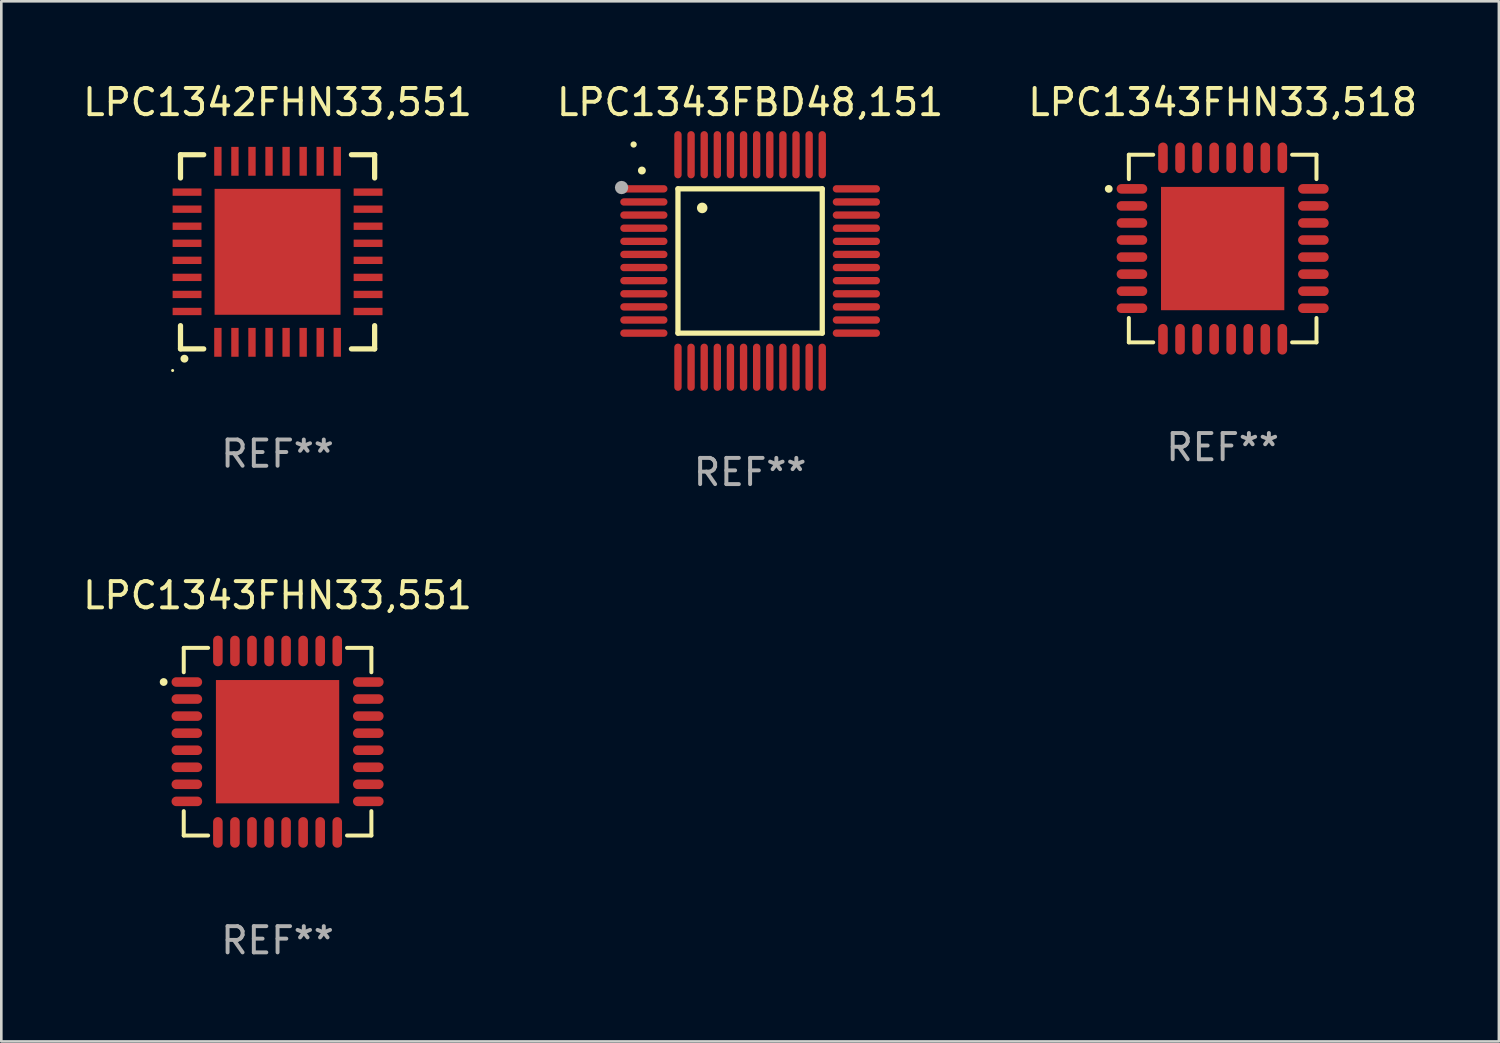
<source format=kicad_pcb>
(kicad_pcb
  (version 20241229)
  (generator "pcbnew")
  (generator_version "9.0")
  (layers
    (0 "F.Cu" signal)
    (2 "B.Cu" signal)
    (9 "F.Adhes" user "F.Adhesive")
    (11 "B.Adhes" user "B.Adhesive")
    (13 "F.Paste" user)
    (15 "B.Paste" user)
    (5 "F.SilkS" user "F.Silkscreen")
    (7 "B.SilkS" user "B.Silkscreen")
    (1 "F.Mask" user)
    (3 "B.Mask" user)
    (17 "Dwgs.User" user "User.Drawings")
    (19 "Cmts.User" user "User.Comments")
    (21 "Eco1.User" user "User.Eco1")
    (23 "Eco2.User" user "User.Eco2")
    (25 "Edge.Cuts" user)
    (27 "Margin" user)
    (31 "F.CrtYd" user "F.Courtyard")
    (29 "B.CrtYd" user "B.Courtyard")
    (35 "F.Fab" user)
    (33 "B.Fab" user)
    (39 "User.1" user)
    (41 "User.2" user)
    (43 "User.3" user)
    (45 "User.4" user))
  (footprint "LPC1343FHN33,518"
    (layer "F.Cu")
    (at 43.554 6.424)
    (property "Reference" "LPC1343FHN33,518" (at 0 -5.576 0) (layer "F.SilkS") (effects (font (size 1 1) (thickness 0.15))))
    (attr through_hole)
    (fp_line (start -3.576 -3.576) (end -3.576 -2.647) (stroke (width 0.152) (type solid)) (layer "F.SilkS"))
    (fp_line (start -3.576 3.576) (end -3.576 2.647) (stroke (width 0.152) (type solid)) (layer "F.SilkS"))
    (fp_line (start -2.647 -3.576) (end -3.576 -3.576) (stroke (width 0.152) (type solid)) (layer "F.SilkS"))
    (fp_line (start -2.647 3.576) (end -3.576 3.576) (stroke (width 0.152) (type solid)) (layer "F.SilkS"))
    (fp_line (start 2.647 -3.576) (end 3.576 -3.576) (stroke (width 0.152) (type solid)) (layer "F.SilkS"))
    (fp_line (start 2.647 3.576) (end 3.576 3.576) (stroke (width 0.152) (type solid)) (layer "F.SilkS"))
    (fp_line (start 3.576 -3.576) (end 3.576 -2.647) (stroke (width 0.152) (type solid)) (layer "F.SilkS"))
    (fp_line (start 3.576 3.576) (end 3.576 2.647) (stroke (width 0.152) (type solid)) (layer "F.SilkS"))
    (fp_circle (center -4.342 -2.275) (end -4.267 -2.275) (stroke (width 0.15) (type solid)) (fill no) (layer "F.SilkS"))
    (fp_text user "REF**" (at 0 7.576 0) (layer "F.Fab") (effects (font (size 1 1) (thickness 0.15))))
    (pad "1" smd oval (at -3.458 -2.275 270) (size 0.364 1.167) (layers "F.Cu" "F.Mask" "F.Paste"))
    (pad "2" smd oval (at -3.458 -1.625 270) (size 0.364 1.167) (layers "F.Cu" "F.Mask" "F.Paste"))
    (pad "3" smd oval (at -3.458 -0.975 270) (size 0.364 1.167) (layers "F.Cu" "F.Mask" "F.Paste"))
    (pad "4" smd oval (at -3.458 -0.325 270) (size 0.364 1.167) (layers "F.Cu" "F.Mask" "F.Paste"))
    (pad "5" smd oval (at -3.458 0.325 270) (size 0.364 1.167) (layers "F.Cu" "F.Mask" "F.Paste"))
    (pad "6" smd oval (at -3.458 0.975 270) (size 0.364 1.167) (layers "F.Cu" "F.Mask" "F.Paste"))
    (pad "7" smd oval (at -3.458 1.625 270) (size 0.364 1.167) (layers "F.Cu" "F.Mask" "F.Paste"))
    (pad "8" smd oval (at -3.458 2.275 270) (size 0.364 1.167) (layers "F.Cu" "F.Mask" "F.Paste"))
    (pad "9" smd oval (at -2.275 3.458 270) (size 1.167 0.364) (layers "F.Cu" "F.Mask" "F.Paste"))
    (pad "10" smd oval (at -1.625 3.458 270) (size 1.167 0.364) (layers "F.Cu" "F.Mask" "F.Paste"))
    (pad "11" smd oval (at -0.975 3.458 270) (size 1.167 0.364) (layers "F.Cu" "F.Mask" "F.Paste"))
    (pad "12" smd oval (at -0.325 3.458 270) (size 1.167 0.364) (layers "F.Cu" "F.Mask" "F.Paste"))
    (pad "13" smd oval (at 0.325 3.458 270) (size 1.167 0.364) (layers "F.Cu" "F.Mask" "F.Paste"))
    (pad "14" smd oval (at 0.975 3.458 270) (size 1.167 0.364) (layers "F.Cu" "F.Mask" "F.Paste"))
    (pad "15" smd oval (at 1.625 3.458 270) (size 1.167 0.364) (layers "F.Cu" "F.Mask" "F.Paste"))
    (pad "16" smd oval (at 2.275 3.458 270) (size 1.167 0.364) (layers "F.Cu" "F.Mask" "F.Paste"))
    (pad "17" smd oval (at 3.458 2.275 270) (size 0.364 1.167) (layers "F.Cu" "F.Mask" "F.Paste"))
    (pad "18" smd oval (at 3.458 1.625 270) (size 0.364 1.167) (layers "F.Cu" "F.Mask" "F.Paste"))
    (pad "19" smd oval (at 3.458 0.975 270) (size 0.364 1.167) (layers "F.Cu" "F.Mask" "F.Paste"))
    (pad "20" smd oval (at 3.458 0.325 270) (size 0.364 1.167) (layers "F.Cu" "F.Mask" "F.Paste"))
    (pad "21" smd oval (at 3.458 -0.325 270) (size 0.364 1.167) (layers "F.Cu" "F.Mask" "F.Paste"))
    (pad "22" smd oval (at 3.458 -0.975 270) (size 0.364 1.167) (layers "F.Cu" "F.Mask" "F.Paste"))
    (pad "23" smd oval (at 3.458 -1.625 270) (size 0.364 1.167) (layers "F.Cu" "F.Mask" "F.Paste"))
    (pad "24" smd oval (at 3.458 -2.275 270) (size 0.364 1.167) (layers "F.Cu" "F.Mask" "F.Paste"))
    (pad "25" smd oval (at 2.275 -3.458 270) (size 1.167 0.364) (layers "F.Cu" "F.Mask" "F.Paste"))
    (pad "26" smd oval (at 1.625 -3.458 270) (size 1.167 0.364) (layers "F.Cu" "F.Mask" "F.Paste"))
    (pad "27" smd oval (at 0.975 -3.458 270) (size 1.167 0.364) (layers "F.Cu" "F.Mask" "F.Paste"))
    (pad "28" smd oval (at 0.325 -3.458 270) (size 1.167 0.364) (layers "F.Cu" "F.Mask" "F.Paste"))
    (pad "29" smd oval (at -0.325 -3.458 270) (size 1.167 0.364) (layers "F.Cu" "F.Mask" "F.Paste"))
    (pad "30" smd oval (at -0.975 -3.458 270) (size 1.167 0.364) (layers "F.Cu" "F.Mask" "F.Paste"))
    (pad "31" smd oval (at -1.625 -3.458 270) (size 1.167 0.364) (layers "F.Cu" "F.Mask" "F.Paste"))
    (pad "32" smd oval (at -2.275 -3.458 270) (size 1.167 0.364) (layers "F.Cu" "F.Mask" "F.Paste"))
    (pad "33" smd rect (at 0 0 270) (size 4.7 4.7) (layers "F.Cu" "F.Mask" "F.Paste")))
  (footprint "LPC1342FHN33,551"
    (layer "F.Cu")
    (at 7.53 6.548)
    (property "Reference" "LPC1342FHN33,551" (at 0 -5.7 0) (layer "F.SilkS") (effects (font (size 1 1) (thickness 0.15))))
    (attr through_hole)
    (fp_line (start -3.7 -3.7) (end -2.815 -3.7) (stroke (width 0.2) (type solid)) (layer "F.SilkS"))
    (fp_line (start -3.7 -2.815) (end -3.7 -3.7) (stroke (width 0.2) (type solid)) (layer "F.SilkS"))
    (fp_line (start -3.7 3.7) (end -3.7 2.815) (stroke (width 0.2) (type solid)) (layer "F.SilkS"))
    (fp_line (start -2.815 3.7) (end -3.7 3.7) (stroke (width 0.2) (type solid)) (layer "F.SilkS"))
    (fp_line (start 2.815 3.7) (end 3.7 3.7) (stroke (width 0.2) (type solid)) (layer "F.SilkS"))
    (fp_line (start 3.7 -3.7) (end 2.815 -3.7) (stroke (width 0.2) (type solid)) (layer "F.SilkS"))
    (fp_line (start 3.7 -2.815) (end 3.7 -3.7) (stroke (width 0.2) (type solid)) (layer "F.SilkS"))
    (fp_line (start 3.7 3.7) (end 3.7 2.815) (stroke (width 0.2) (type solid)) (layer "F.SilkS"))
    (fp_arc (start -3.551308 4.074168) (mid -3.550038 4.074163) (end -3.548768 4.074168) (stroke (width 0.3) (type solid)) (layer "F.SilkS"))
    (fp_circle (center -4 4.524) (end -3.97 4.524) (stroke (width 0.06) (type solid)) (fill no) (layer "F.SilkS"))
    (fp_text user "REF**" (at 0 7.7 0) (layer "F.Fab") (effects (font (size 1 1) (thickness 0.15))))
    (pad "1" smd rect (at -2.275 3.45 180) (size 0.28 1.1) (layers "F.Cu" "F.Mask" "F.Paste"))
    (pad "2" smd rect (at -1.625 3.45 180) (size 0.28 1.1) (layers "F.Cu" "F.Mask" "F.Paste"))
    (pad "3" smd rect (at -0.975 3.45 180) (size 0.28 1.1) (layers "F.Cu" "F.Mask" "F.Paste"))
    (pad "4" smd rect (at -0.325 3.45 180) (size 0.28 1.1) (layers "F.Cu" "F.Mask" "F.Paste"))
    (pad "5" smd rect (at 0.325 3.45 180) (size 0.28 1.1) (layers "F.Cu" "F.Mask" "F.Paste"))
    (pad "6" smd rect (at 0.975 3.45 180) (size 0.28 1.1) (layers "F.Cu" "F.Mask" "F.Paste"))
    (pad "7" smd rect (at 1.625 3.45 180) (size 0.28 1.1) (layers "F.Cu" "F.Mask" "F.Paste"))
    (pad "8" smd rect (at 2.275 3.45 180) (size 0.28 1.1) (layers "F.Cu" "F.Mask" "F.Paste"))
    (pad "9" smd rect (at 3.45 2.275 90) (size 0.28 1.1) (layers "F.Cu" "F.Mask" "F.Paste"))
    (pad "10" smd rect (at 3.45 1.625 90) (size 0.28 1.1) (layers "F.Cu" "F.Mask" "F.Paste"))
    (pad "11" smd rect (at 3.45 0.975 90) (size 0.28 1.1) (layers "F.Cu" "F.Mask" "F.Paste"))
    (pad "12" smd rect (at 3.45 0.325 90) (size 0.28 1.1) (layers "F.Cu" "F.Mask" "F.Paste"))
    (pad "13" smd rect (at 3.45 -0.325 90) (size 0.28 1.1) (layers "F.Cu" "F.Mask" "F.Paste"))
    (pad "14" smd rect (at 3.45 -0.975 90) (size 0.28 1.1) (layers "F.Cu" "F.Mask" "F.Paste"))
    (pad "15" smd rect (at 3.45 -1.625 90) (size 0.28 1.1) (layers "F.Cu" "F.Mask" "F.Paste"))
    (pad "16" smd rect (at 3.45 -2.275 90) (size 0.28 1.1) (layers "F.Cu" "F.Mask" "F.Paste"))
    (pad "17" smd rect (at 2.275 -3.45 180) (size 0.28 1.1) (layers "F.Cu" "F.Mask" "F.Paste"))
    (pad "18" smd rect (at 1.625 -3.45 180) (size 0.28 1.1) (layers "F.Cu" "F.Mask" "F.Paste"))
    (pad "19" smd rect (at 0.975 -3.45 180) (size 0.28 1.1) (layers "F.Cu" "F.Mask" "F.Paste"))
    (pad "20" smd rect (at 0.325 -3.45 180) (size 0.28 1.1) (layers "F.Cu" "F.Mask" "F.Paste"))
    (pad "21" smd rect (at -0.325 -3.45 180) (size 0.28 1.1) (layers "F.Cu" "F.Mask" "F.Paste"))
    (pad "22" smd rect (at -0.975 -3.45 180) (size 0.28 1.1) (layers "F.Cu" "F.Mask" "F.Paste"))
    (pad "23" smd rect (at -1.625 -3.45 180) (size 0.28 1.1) (layers "F.Cu" "F.Mask" "F.Paste"))
    (pad "24" smd rect (at -2.275 -3.45 180) (size 0.28 1.1) (layers "F.Cu" "F.Mask" "F.Paste"))
    (pad "25" smd rect (at -3.45 -2.275 90) (size 0.28 1.1) (layers "F.Cu" "F.Mask" "F.Paste"))
    (pad "26" smd rect (at -3.45 -1.625 90) (size 0.28 1.1) (layers "F.Cu" "F.Mask" "F.Paste"))
    (pad "27" smd rect (at -3.45 -0.975 90) (size 0.28 1.1) (layers "F.Cu" "F.Mask" "F.Paste"))
    (pad "28" smd rect (at -3.45 -0.325 90) (size 0.28 1.1) (layers "F.Cu" "F.Mask" "F.Paste"))
    (pad "29" smd rect (at -3.45 0.325 90) (size 0.28 1.1) (layers "F.Cu" "F.Mask" "F.Paste"))
    (pad "30" smd rect (at -3.45 0.975 90) (size 0.28 1.1) (layers "F.Cu" "F.Mask" "F.Paste"))
    (pad "31" smd rect (at -3.45 1.625 90) (size 0.28 1.1) (layers "F.Cu" "F.Mask" "F.Paste"))
    (pad "32" smd rect (at -3.45 2.275 90) (size 0.28 1.1) (layers "F.Cu" "F.Mask" "F.Paste"))
    (pad "33" smd rect (at 0 0 90) (size 4.8 4.8) (layers "F.Cu" "F.Mask" "F.Paste")))
  (footprint "LPC1343FHN33,551"
    (layer "F.Cu")
    (at 7.53 25.221)
    (property "Reference" "LPC1343FHN33,551" (at 0 -5.576 0) (layer "F.SilkS") (effects (font (size 1 1) (thickness 0.15))))
    (attr through_hole)
    (fp_line (start -3.576 -3.576) (end -3.576 -2.647) (stroke (width 0.152) (type solid)) (layer "F.SilkS"))
    (fp_line (start -3.576 3.576) (end -3.576 2.647) (stroke (width 0.152) (type solid)) (layer "F.SilkS"))
    (fp_line (start -2.647 -3.576) (end -3.576 -3.576) (stroke (width 0.152) (type solid)) (layer "F.SilkS"))
    (fp_line (start -2.647 3.576) (end -3.576 3.576) (stroke (width 0.152) (type solid)) (layer "F.SilkS"))
    (fp_line (start 2.647 -3.576) (end 3.576 -3.576) (stroke (width 0.152) (type solid)) (layer "F.SilkS"))
    (fp_line (start 2.647 3.576) (end 3.576 3.576) (stroke (width 0.152) (type solid)) (layer "F.SilkS"))
    (fp_line (start 3.576 -3.576) (end 3.576 -2.647) (stroke (width 0.152) (type solid)) (layer "F.SilkS"))
    (fp_line (start 3.576 3.576) (end 3.576 2.647) (stroke (width 0.152) (type solid)) (layer "F.SilkS"))
    (fp_circle (center -4.342 -2.275) (end -4.267 -2.275) (stroke (width 0.15) (type solid)) (fill no) (layer "F.SilkS"))
    (fp_text user "REF**" (at 0 7.576 0) (layer "F.Fab") (effects (font (size 1 1) (thickness 0.15))))
    (pad "1" smd oval (at -3.458 -2.275 270) (size 0.364 1.167) (layers "F.Cu" "F.Mask" "F.Paste"))
    (pad "2" smd oval (at -3.458 -1.625 270) (size 0.364 1.167) (layers "F.Cu" "F.Mask" "F.Paste"))
    (pad "3" smd oval (at -3.458 -0.975 270) (size 0.364 1.167) (layers "F.Cu" "F.Mask" "F.Paste"))
    (pad "4" smd oval (at -3.458 -0.325 270) (size 0.364 1.167) (layers "F.Cu" "F.Mask" "F.Paste"))
    (pad "5" smd oval (at -3.458 0.325 270) (size 0.364 1.167) (layers "F.Cu" "F.Mask" "F.Paste"))
    (pad "6" smd oval (at -3.458 0.975 270) (size 0.364 1.167) (layers "F.Cu" "F.Mask" "F.Paste"))
    (pad "7" smd oval (at -3.458 1.625 270) (size 0.364 1.167) (layers "F.Cu" "F.Mask" "F.Paste"))
    (pad "8" smd oval (at -3.458 2.275 270) (size 0.364 1.167) (layers "F.Cu" "F.Mask" "F.Paste"))
    (pad "9" smd oval (at -2.275 3.458 270) (size 1.167 0.364) (layers "F.Cu" "F.Mask" "F.Paste"))
    (pad "10" smd oval (at -1.625 3.458 270) (size 1.167 0.364) (layers "F.Cu" "F.Mask" "F.Paste"))
    (pad "11" smd oval (at -0.975 3.458 270) (size 1.167 0.364) (layers "F.Cu" "F.Mask" "F.Paste"))
    (pad "12" smd oval (at -0.325 3.458 270) (size 1.167 0.364) (layers "F.Cu" "F.Mask" "F.Paste"))
    (pad "13" smd oval (at 0.325 3.458 270) (size 1.167 0.364) (layers "F.Cu" "F.Mask" "F.Paste"))
    (pad "14" smd oval (at 0.975 3.458 270) (size 1.167 0.364) (layers "F.Cu" "F.Mask" "F.Paste"))
    (pad "15" smd oval (at 1.625 3.458 270) (size 1.167 0.364) (layers "F.Cu" "F.Mask" "F.Paste"))
    (pad "16" smd oval (at 2.275 3.458 270) (size 1.167 0.364) (layers "F.Cu" "F.Mask" "F.Paste"))
    (pad "17" smd oval (at 3.458 2.275 270) (size 0.364 1.167) (layers "F.Cu" "F.Mask" "F.Paste"))
    (pad "18" smd oval (at 3.458 1.625 270) (size 0.364 1.167) (layers "F.Cu" "F.Mask" "F.Paste"))
    (pad "19" smd oval (at 3.458 0.975 270) (size 0.364 1.167) (layers "F.Cu" "F.Mask" "F.Paste"))
    (pad "20" smd oval (at 3.458 0.325 270) (size 0.364 1.167) (layers "F.Cu" "F.Mask" "F.Paste"))
    (pad "21" smd oval (at 3.458 -0.325 270) (size 0.364 1.167) (layers "F.Cu" "F.Mask" "F.Paste"))
    (pad "22" smd oval (at 3.458 -0.975 270) (size 0.364 1.167) (layers "F.Cu" "F.Mask" "F.Paste"))
    (pad "23" smd oval (at 3.458 -1.625 270) (size 0.364 1.167) (layers "F.Cu" "F.Mask" "F.Paste"))
    (pad "24" smd oval (at 3.458 -2.275 270) (size 0.364 1.167) (layers "F.Cu" "F.Mask" "F.Paste"))
    (pad "25" smd oval (at 2.275 -3.458 270) (size 1.167 0.364) (layers "F.Cu" "F.Mask" "F.Paste"))
    (pad "26" smd oval (at 1.625 -3.458 270) (size 1.167 0.364) (layers "F.Cu" "F.Mask" "F.Paste"))
    (pad "27" smd oval (at 0.975 -3.458 270) (size 1.167 0.364) (layers "F.Cu" "F.Mask" "F.Paste"))
    (pad "28" smd oval (at 0.325 -3.458 270) (size 1.167 0.364) (layers "F.Cu" "F.Mask" "F.Paste"))
    (pad "29" smd oval (at -0.325 -3.458 270) (size 1.167 0.364) (layers "F.Cu" "F.Mask" "F.Paste"))
    (pad "30" smd oval (at -0.975 -3.458 270) (size 1.167 0.364) (layers "F.Cu" "F.Mask" "F.Paste"))
    (pad "31" smd oval (at -1.625 -3.458 270) (size 1.167 0.364) (layers "F.Cu" "F.Mask" "F.Paste"))
    (pad "32" smd oval (at -2.275 -3.458 270) (size 1.167 0.364) (layers "F.Cu" "F.Mask" "F.Paste"))
    (pad "33" smd rect (at 0 0 270) (size 4.7 4.7) (layers "F.Cu" "F.Mask" "F.Paste")))
  (footprint "LPC1343FBD48,151"
    (layer "F.Cu")
    (at 25.542 6.898)
    (property "Reference" "LPC1343FBD48,151" (at 0 -6.05 0) (layer "F.SilkS") (effects (font (size 1 1) (thickness 0.15))))
    (attr through_hole)
    (fp_line (start -2.75 -2.75) (end 2.75 -2.75) (stroke (width 0.2) (type solid)) (layer "F.SilkS"))
    (fp_line (start -2.75 2.75) (end -2.75 -2.75) (stroke (width 0.2) (type solid)) (layer "F.SilkS"))
    (fp_line (start 2.75 -2.75) (end 2.75 2.75) (stroke (width 0.2) (type solid)) (layer "F.SilkS"))
    (fp_line (start 2.75 2.75) (end -2.75 2.75) (stroke (width 0.2) (type solid)) (layer "F.SilkS"))
    (fp_arc (start -4.124968 -3.446787) (mid -4.124973 -3.448057) (end -4.124968 -3.449327) (stroke (width 0.3) (type solid)) (layer "F.SilkS"))
    (fp_arc (start -1.826264 -2.021844) (mid -1.826268 -2.023114) (end -1.826264 -2.024384) (stroke (width 0.4) (type solid)) (layer "F.SilkS"))
    (fp_circle (center -4.44 -4.44) (end -4.38 -4.44) (stroke (width 0.12) (type solid)) (fill no) (layer "F.SilkS"))
    (fp_circle (center -4.9 -2.8) (end -4.773 -2.8) (stroke (width 0.254) (type solid)) (fill no) (layer "F.Fab"))
    (fp_text user "REF**" (at 0 8.05 0) (layer "F.Fab") (effects (font (size 1 1) (thickness 0.15))))
    (pad "1" smd oval (at -4.05 -2.75 90) (size 0.28 1.8) (layers "F.Cu" "F.Mask" "F.Paste"))
    (pad "2" smd oval (at -4.05 -2.25 90) (size 0.28 1.8) (layers "F.Cu" "F.Mask" "F.Paste"))
    (pad "3" smd oval (at -4.05 -1.75 90) (size 0.28 1.8) (layers "F.Cu" "F.Mask" "F.Paste"))
    (pad "4" smd oval (at -4.05 -1.25 90) (size 0.28 1.8) (layers "F.Cu" "F.Mask" "F.Paste"))
    (pad "5" smd oval (at -4.05 -0.75 90) (size 0.28 1.8) (layers "F.Cu" "F.Mask" "F.Paste"))
    (pad "6" smd oval (at -4.05 -0.25 90) (size 0.28 1.8) (layers "F.Cu" "F.Mask" "F.Paste"))
    (pad "7" smd oval (at -4.05 0.25 90) (size 0.28 1.8) (layers "F.Cu" "F.Mask" "F.Paste"))
    (pad "8" smd oval (at -4.05 0.75 90) (size 0.28 1.8) (layers "F.Cu" "F.Mask" "F.Paste"))
    (pad "9" smd oval (at -4.05 1.25 90) (size 0.28 1.8) (layers "F.Cu" "F.Mask" "F.Paste"))
    (pad "10" smd oval (at -4.05 1.75 90) (size 0.28 1.8) (layers "F.Cu" "F.Mask" "F.Paste"))
    (pad "11" smd oval (at -4.05 2.25 90) (size 0.28 1.8) (layers "F.Cu" "F.Mask" "F.Paste"))
    (pad "12" smd oval (at -4.05 2.75 90) (size 0.28 1.8) (layers "F.Cu" "F.Mask" "F.Paste"))
    (pad "13" smd oval (at -2.75 4.05) (size 0.28 1.8) (layers "F.Cu" "F.Mask" "F.Paste"))
    (pad "14" smd oval (at -2.25 4.05) (size 0.28 1.8) (layers "F.Cu" "F.Mask" "F.Paste"))
    (pad "15" smd oval (at -1.75 4.05) (size 0.28 1.8) (layers "F.Cu" "F.Mask" "F.Paste"))
    (pad "16" smd oval (at -1.25 4.05) (size 0.28 1.8) (layers "F.Cu" "F.Mask" "F.Paste"))
    (pad "17" smd oval (at -0.75 4.05) (size 0.28 1.8) (layers "F.Cu" "F.Mask" "F.Paste"))
    (pad "18" smd oval (at -0.25 4.05) (size 0.28 1.8) (layers "F.Cu" "F.Mask" "F.Paste"))
    (pad "19" smd oval (at 0.25 4.05) (size 0.28 1.8) (layers "F.Cu" "F.Mask" "F.Paste"))
    (pad "20" smd oval (at 0.75 4.05) (size 0.28 1.8) (layers "F.Cu" "F.Mask" "F.Paste"))
    (pad "21" smd oval (at 1.25 4.05) (size 0.28 1.8) (layers "F.Cu" "F.Mask" "F.Paste"))
    (pad "22" smd oval (at 1.75 4.05) (size 0.28 1.8) (layers "F.Cu" "F.Mask" "F.Paste"))
    (pad "23" smd oval (at 2.25 4.05) (size 0.28 1.8) (layers "F.Cu" "F.Mask" "F.Paste"))
    (pad "24" smd oval (at 2.75 4.05) (size 0.28 1.8) (layers "F.Cu" "F.Mask" "F.Paste"))
    (pad "25" smd oval (at 4.05 2.75 90) (size 0.28 1.8) (layers "F.Cu" "F.Mask" "F.Paste"))
    (pad "26" smd oval (at 4.05 2.25 90) (size 0.28 1.8) (layers "F.Cu" "F.Mask" "F.Paste"))
    (pad "27" smd oval (at 4.05 1.75 90) (size 0.28 1.8) (layers "F.Cu" "F.Mask" "F.Paste"))
    (pad "28" smd oval (at 4.05 1.25 90) (size 0.28 1.8) (layers "F.Cu" "F.Mask" "F.Paste"))
    (pad "29" smd oval (at 4.05 0.75 90) (size 0.28 1.8) (layers "F.Cu" "F.Mask" "F.Paste"))
    (pad "30" smd oval (at 4.05 0.25 90) (size 0.28 1.8) (layers "F.Cu" "F.Mask" "F.Paste"))
    (pad "31" smd oval (at 4.05 -0.25 90) (size 0.28 1.8) (layers "F.Cu" "F.Mask" "F.Paste"))
    (pad "32" smd oval (at 4.05 -0.75 90) (size 0.28 1.8) (layers "F.Cu" "F.Mask" "F.Paste"))
    (pad "33" smd oval (at 4.05 -1.25 90) (size 0.28 1.8) (layers "F.Cu" "F.Mask" "F.Paste"))
    (pad "34" smd oval (at 4.05 -1.75 90) (size 0.28 1.8) (layers "F.Cu" "F.Mask" "F.Paste"))
    (pad "35" smd oval (at 4.05 -2.25 90) (size 0.28 1.8) (layers "F.Cu" "F.Mask" "F.Paste"))
    (pad "36" smd oval (at 4.05 -2.75 90) (size 0.28 1.8) (layers "F.Cu" "F.Mask" "F.Paste"))
    (pad "37" smd oval (at 2.75 -4.05) (size 0.28 1.8) (layers "F.Cu" "F.Mask" "F.Paste"))
    (pad "38" smd oval (at 2.25 -4.05) (size 0.28 1.8) (layers "F.Cu" "F.Mask" "F.Paste"))
    (pad "39" smd oval (at 1.75 -4.05) (size 0.28 1.8) (layers "F.Cu" "F.Mask" "F.Paste"))
    (pad "40" smd oval (at 1.25 -4.05) (size 0.28 1.8) (layers "F.Cu" "F.Mask" "F.Paste"))
    (pad "41" smd oval (at 0.75 -4.05) (size 0.28 1.8) (layers "F.Cu" "F.Mask" "F.Paste"))
    (pad "42" smd oval (at 0.25 -4.05) (size 0.28 1.8) (layers "F.Cu" "F.Mask" "F.Paste"))
    (pad "43" smd oval (at -0.25 -4.05) (size 0.28 1.8) (layers "F.Cu" "F.Mask" "F.Paste"))
    (pad "44" smd oval (at -0.75 -4.05) (size 0.28 1.8) (layers "F.Cu" "F.Mask" "F.Paste"))
    (pad "45" smd oval (at -1.25 -4.05) (size 0.28 1.8) (layers "F.Cu" "F.Mask" "F.Paste"))
    (pad "46" smd oval (at -1.75 -4.05) (size 0.28 1.8) (layers "F.Cu" "F.Mask" "F.Paste"))
    (pad "47" smd oval (at -2.25 -4.05) (size 0.28 1.8) (layers "F.Cu" "F.Mask" "F.Paste"))
    (pad "48" smd oval (at -2.75 -4.05) (size 0.28 1.8) (layers "F.Cu" "F.Mask" "F.Paste")))
  (gr_rect
    (start -3 -3)
    (end 54.083 36.646)
    (stroke (width 0.1) (type default))
    (fill no)
    (layer "Edge.Cuts")))
</source>
